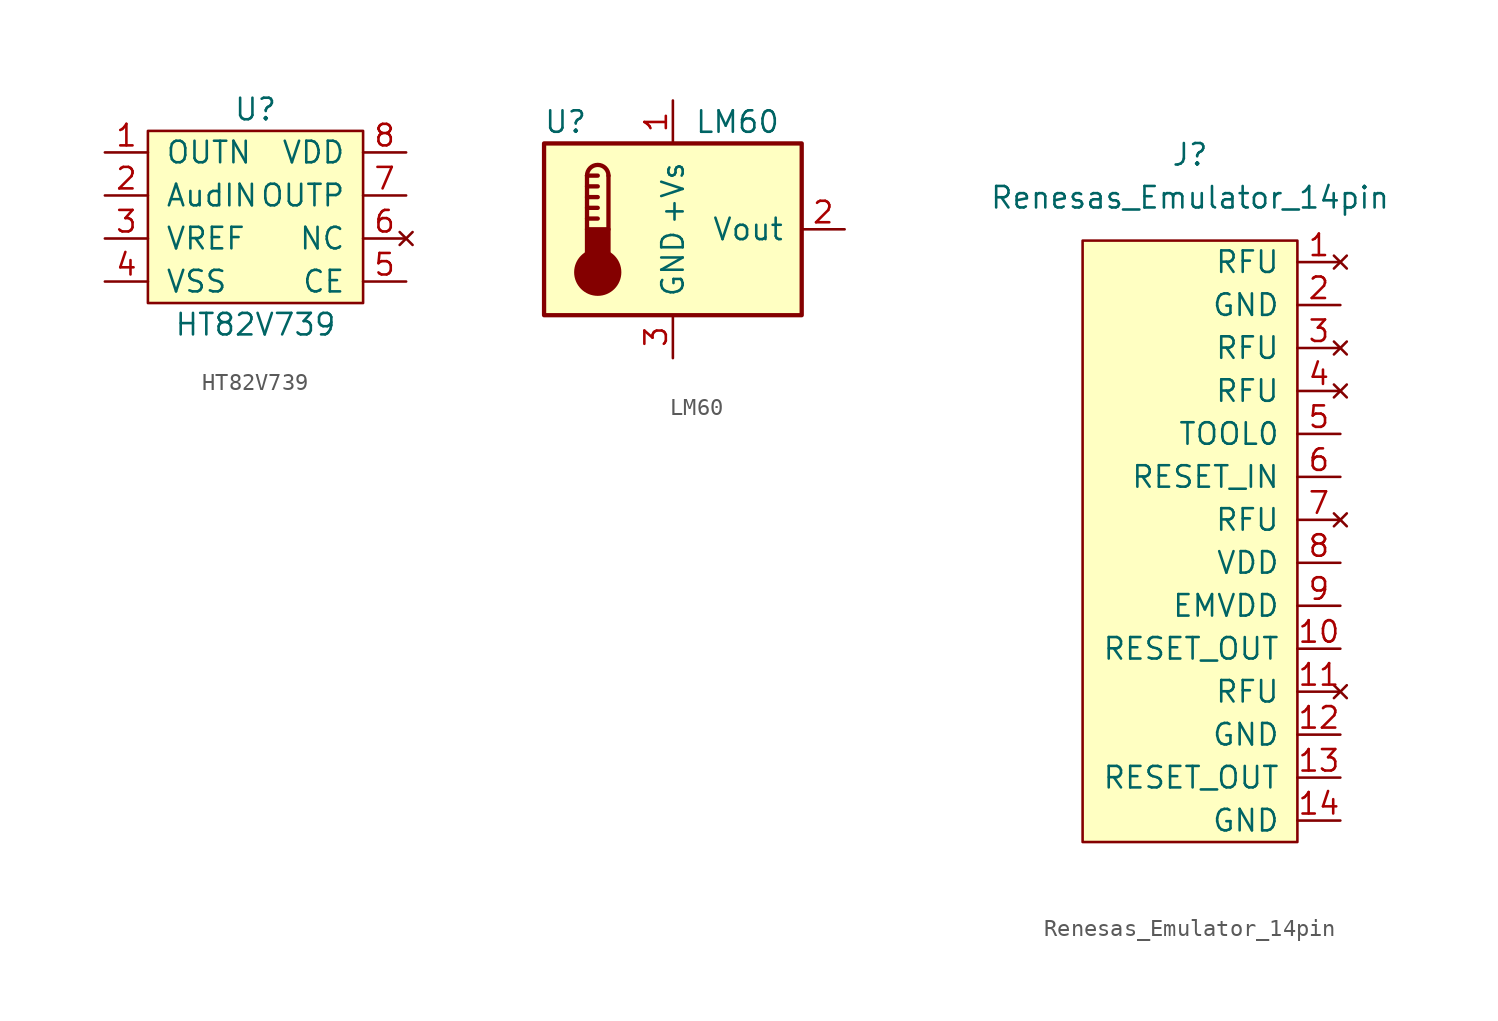
<source format=kicad_sym>
(kicad_symbol_lib
  (version 20211014)
  (generator kicad_symbol_editor)
  (symbol "HT82V739"
    (pin_names
      (offset 1.016))
    (property "Reference" "U"
      (at 0 6.35 0)
      (effects (font (size 1.27 1.27))))
    (property "Value" "HT82V739"
      (at 0 -6.35 0)
      (effects (font (size 1.27 1.27))))
    (symbol "HT82V739_0_1"
      (rectangle (start 6.35 5.08) (end -6.35 -5.08) (stroke (width 0) (type default) (color 0 0 0 0)) (fill (type background))))
    (symbol "HT82V739_1_1"
      (pin passive line (at -8.89 3.81 0) (length 2.54) (name "OUTN" (effects (font (size 1.27 1.27)))) (number "1" (effects (font (size 1.27 1.27)))))
      (pin passive line (at -8.89 1.27 0) (length 2.54) (name "AudIN" (effects (font (size 1.27 1.27)))) (number "2" (effects (font (size 1.27 1.27)))))
      (pin passive line (at -8.89 -1.27 0) (length 2.54) (name "VREF" (effects (font (size 1.27 1.27)))) (number "3" (effects (font (size 1.27 1.27)))))
      (pin passive line (at -8.89 -3.81 0) (length 2.54) (name "VSS" (effects (font (size 1.27 1.27)))) (number "4" (effects (font (size 1.27 1.27)))))
      (pin passive line (at 8.89 -3.81 180) (length 2.54) (name "CE" (effects (font (size 1.27 1.27)))) (number "5" (effects (font (size 1.27 1.27)))))
      (pin no_connect line (at 8.89 -1.27 180) (length 2.54) (name "NC" (effects (font (size 1.27 1.27)))) (number "6" (effects (font (size 1.27 1.27)))))
      (pin passive line (at 8.89 1.27 180) (length 2.54) (name "OUTP" (effects (font (size 1.27 1.27)))) (number "7" (effects (font (size 1.27 1.27)))))
      (pin passive line (at 8.89 3.81 180) (length 2.54) (name "VDD" (effects (font (size 1.27 1.27)))) (number "8" (effects (font (size 1.27 1.27)))))))
  (symbol "LM60"
    (pin_names
      (offset 1.016))
    (property "Reference" "U"
      (at -6.35 6.35 0)
      (effects (font (size 1.27 1.27))))
    (property "Value" "LM60"
      (at 1.27 6.35 0)
      (effects (font (size 1.27 1.27)) (justify left)))
    (symbol "LM60_0_1"
      (rectangle (start -7.62 5.08) (end 7.62 -5.08) (stroke (width 0.254) (type default) (color 0 0 0 0)) (fill (type background)))
      (circle (center -4.445 -2.54) (radius 1.27) (stroke (width 0.254) (type default) (color 0 0 0 0)) (fill (type outline)))
      (rectangle (start -3.81 -1.905) (end -5.08 0) (stroke (width 0.254) (type default) (color 0 0 0 0)) (fill (type outline)))
      (arc (start -3.81 3.175) (mid -4.445 3.81) (end -5.08 3.175) (stroke (width 0.254) (type default) (color 0 0 0 0)) (fill (type none)))
      (polyline (pts (xy -5.08 0.635) (xy -4.445 0.635)) (stroke (width 0.254) (type default) (color 0 0 0 0)) (fill (type none)))
      (polyline (pts (xy -5.08 1.27) (xy -4.445 1.27)) (stroke (width 0.254) (type default) (color 0 0 0 0)) (fill (type none)))
      (polyline (pts (xy -5.08 1.905) (xy -4.445 1.905)) (stroke (width 0.254) (type default) (color 0 0 0 0)) (fill (type none)))
      (polyline (pts (xy -5.08 2.54) (xy -4.445 2.54)) (stroke (width 0.254) (type default) (color 0 0 0 0)) (fill (type none)))
      (polyline (pts (xy -5.08 3.175) (xy -5.08 0)) (stroke (width 0.254) (type default) (color 0 0 0 0)) (fill (type none)))
      (polyline (pts (xy -5.08 3.175) (xy -4.445 3.175)) (stroke (width 0.254) (type default) (color 0 0 0 0)) (fill (type none)))
      (polyline (pts (xy -3.81 3.175) (xy -3.81 0)) (stroke (width 0.254) (type default) (color 0 0 0 0)) (fill (type none))))
    (symbol "LM60_1_1"
      (pin power_in line (at 0 7.62 270) (length 2.54) (name "+Vs" (effects (font (size 1.27 1.27)))) (number "1" (effects (font (size 1.27 1.27)))))
      (pin output line (at 10.16 0 180) (length 2.54) (name "Vout" (effects (font (size 1.27 1.27)))) (number "2" (effects (font (size 1.27 1.27)))))
      (pin power_in line (at 0 -7.62 90) (length 2.54) (name "GND" (effects (font (size 1.27 1.27)))) (number "3" (effects (font (size 1.27 1.27)))))))
  (symbol "Renesas_Emulator_14pin"
    (pin_names
      (offset 1.016))
    (property "Reference" "J"
      (at 0 22.86 0)
      (effects (font (size 1.27 1.27))))
    (property "Value" "Renesas_Emulator_14pin"
      (at 0 20.32 0)
      (effects (font (size 1.27 1.27))))
    (symbol "Renesas_Emulator_14pin_0_0"
      (pin no_connect line (at 8.89 16.51 180) (length 2.54) (name "RFU" (effects (font (size 1.27 1.27)))) (number "1" (effects (font (size 1.27 1.27)))))
      (pin passive line (at 8.89 -6.35 180) (length 2.54) (name "RESET_OUT" (effects (font (size 1.27 1.27)))) (number "10" (effects (font (size 1.27 1.27)))))
      (pin no_connect line (at 8.89 -8.89 180) (length 2.54) (name "RFU" (effects (font (size 1.27 1.27)))) (number "11" (effects (font (size 1.27 1.27)))))
      (pin power_out line (at 8.89 -11.43 180) (length 2.54) (name "GND" (effects (font (size 1.27 1.27)))) (number "12" (effects (font (size 1.27 1.27)))))
      (pin passive line (at 8.89 -13.97 180) (length 2.54) (name "RESET_OUT" (effects (font (size 1.27 1.27)))) (number "13" (effects (font (size 1.27 1.27)))))
      (pin power_out line (at 8.89 -16.51 180) (length 2.54) (name "GND" (effects (font (size 1.27 1.27)))) (number "14" (effects (font (size 1.27 1.27)))))
      (pin power_out line (at 8.89 13.97 180) (length 2.54) (name "GND" (effects (font (size 1.27 1.27)))) (number "2" (effects (font (size 1.27 1.27)))))
      (pin no_connect line (at 8.89 11.43 180) (length 2.54) (name "RFU" (effects (font (size 1.27 1.27)))) (number "3" (effects (font (size 1.27 1.27)))))
      (pin no_connect line (at 8.89 8.89 180) (length 2.54) (name "RFU" (effects (font (size 1.27 1.27)))) (number "4" (effects (font (size 1.27 1.27)))))
      (pin passive line (at 8.89 6.35 180) (length 2.54) (name "TOOL0" (effects (font (size 1.27 1.27)))) (number "5" (effects (font (size 1.27 1.27)))))
      (pin passive line (at 8.89 3.81 180) (length 2.54) (name "RESET_IN" (effects (font (size 1.27 1.27)))) (number "6" (effects (font (size 1.27 1.27)))))
      (pin no_connect line (at 8.89 1.27 180) (length 2.54) (name "RFU" (effects (font (size 1.27 1.27)))) (number "7" (effects (font (size 1.27 1.27)))))
      (pin power_out line (at 8.89 -1.27 180) (length 2.54) (name "VDD" (effects (font (size 1.27 1.27)))) (number "8" (effects (font (size 1.27 1.27)))))
      (pin power_out line (at 8.89 -3.81 180) (length 2.54) (name "EMVDD" (effects (font (size 1.27 1.27)))) (number "9" (effects (font (size 1.27 1.27))))))
    (symbol "Renesas_Emulator_14pin_0_1"
      (rectangle (start 6.35 17.78) (end -6.35 -17.78) (stroke (width 0) (type default) (color 0 0 0 0)) (fill (type background))))))
</source>
